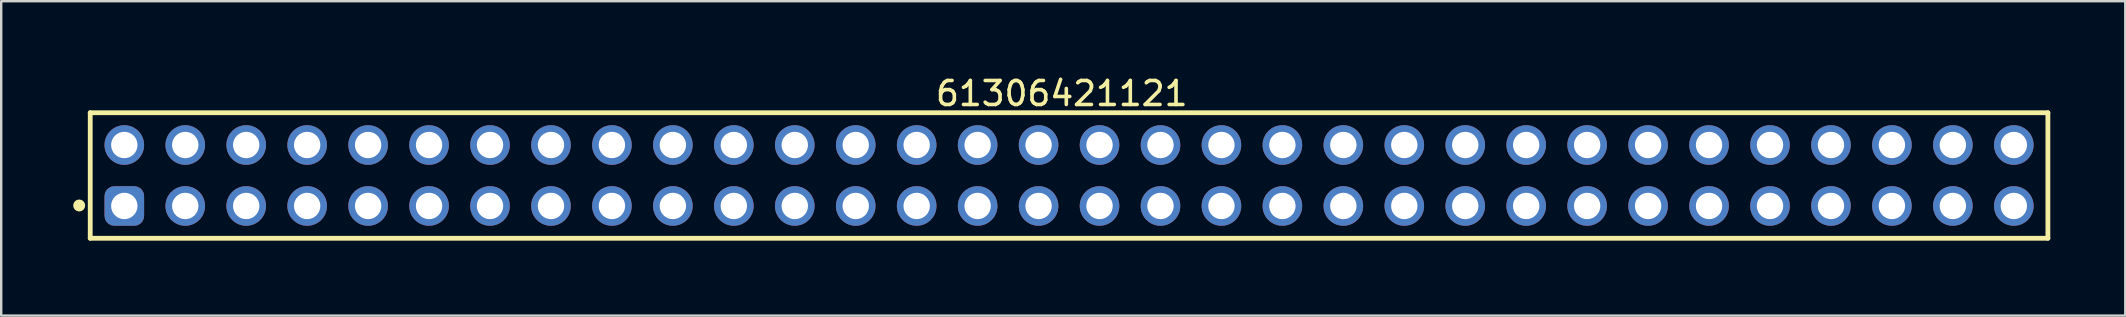
<source format=kicad_pcb>
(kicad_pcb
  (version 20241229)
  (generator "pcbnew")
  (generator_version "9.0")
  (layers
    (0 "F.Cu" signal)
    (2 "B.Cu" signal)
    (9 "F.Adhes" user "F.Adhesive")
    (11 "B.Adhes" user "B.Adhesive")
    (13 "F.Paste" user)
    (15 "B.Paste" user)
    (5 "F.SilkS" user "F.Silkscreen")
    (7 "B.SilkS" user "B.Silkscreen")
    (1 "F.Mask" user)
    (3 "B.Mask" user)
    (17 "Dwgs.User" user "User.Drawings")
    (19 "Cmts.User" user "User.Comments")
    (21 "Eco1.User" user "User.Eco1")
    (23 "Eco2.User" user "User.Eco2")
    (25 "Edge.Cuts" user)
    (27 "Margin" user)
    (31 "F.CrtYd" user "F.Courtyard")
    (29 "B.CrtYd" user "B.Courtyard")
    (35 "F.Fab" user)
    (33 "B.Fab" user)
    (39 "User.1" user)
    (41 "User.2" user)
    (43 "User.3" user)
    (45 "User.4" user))
  (footprint "61306421121"
    (layer "F.Cu")
    (at 41.5 4.263)
    (property "Reference" "61306421121" (at -0.305 -3.415 0) (layer "F.SilkS") (effects (font (size 1 1) (thickness 0.15))))
    (fp_line (start -40.79 -2.615) (end 40.79 -2.615) (stroke (width 0.2) (type solid)) (layer "F.SilkS"))
    (fp_line (start -40.79 2.615) (end -40.79 -2.615) (stroke (width 0.2) (type solid)) (layer "F.SilkS"))
    (fp_line (start -40.79 2.615) (end 40.79 2.615) (stroke (width 0.2) (type solid)) (layer "F.SilkS"))
    (fp_line (start 40.79 2.615) (end 40.79 -2.615) (stroke (width 0.2) (type solid)) (layer "F.SilkS"))
    (fp_circle (center -41.25 1.25) (end -41.25 1.125) (stroke (width 0.25) (type solid)) (fill no) (layer "F.SilkS"))
    (fp_line (start -40.99 -2.815) (end 40.99 -2.815) (stroke (width 0.05) (type solid)) (layer "Eco2.User"))
    (fp_line (start -40.99 2.815) (end -40.99 -2.815) (stroke (width 0.05) (type solid)) (layer "Eco2.User"))
    (fp_line (start -40.99 2.815) (end 40.99 2.815) (stroke (width 0.05) (type solid)) (layer "Eco2.User"))
    (fp_line (start -40.64 -2.54) (end 40.64 -2.54) (stroke (width 0.1) (type solid)) (layer "Eco2.User"))
    (fp_line (start -40.64 2.54) (end -40.64 -2.54) (stroke (width 0.1) (type solid)) (layer "Eco2.User"))
    (fp_line (start -40.64 2.54) (end 40.64 2.54) (stroke (width 0.1) (type solid)) (layer "Eco2.User"))
    (fp_line (start -0.5 0) (end 0.5 0) (stroke (width 0.05) (type solid)) (layer "Eco2.User"))
    (fp_line (start 0 0.5) (end 0 -0.5) (stroke (width 0.05) (type solid)) (layer "Eco2.User"))
    (fp_line (start 40.64 2.54) (end 40.64 -2.54) (stroke (width 0.1) (type solid)) (layer "Eco2.User"))
    (fp_line (start 40.99 2.815) (end 40.99 -2.815) (stroke (width 0.05) (type solid)) (layer "Eco2.User"))
    (fp_text user "${REFERENCE}" (at 0.15 -0.197 0) (unlocked yes) (layer "User.3") (effects (font (size 1.5 1.5) (thickness 0.15))))
    (pad "1" thru_hole roundrect (at -39.37 1.27) (size 1.65 1.65) (drill 1.1) (layers "*.Cu" "*.Mask") (roundrect_rratio 0.25))
    (pad "2" thru_hole circle (at -39.37 -1.27) (size 1.65 1.65) (drill 1.1) (layers "*.Cu" "*.Mask"))
    (pad "3" thru_hole circle (at -36.83 1.27) (size 1.65 1.65) (drill 1.1) (layers "*.Cu" "*.Mask"))
    (pad "4" thru_hole circle (at -36.83 -1.27) (size 1.65 1.65) (drill 1.1) (layers "*.Cu" "*.Mask"))
    (pad "5" thru_hole circle (at -34.29 1.27) (size 1.65 1.65) (drill 1.1) (layers "*.Cu" "*.Mask"))
    (pad "6" thru_hole circle (at -34.29 -1.27) (size 1.65 1.65) (drill 1.1) (layers "*.Cu" "*.Mask"))
    (pad "7" thru_hole circle (at -31.75 1.27) (size 1.65 1.65) (drill 1.1) (layers "*.Cu" "*.Mask"))
    (pad "8" thru_hole circle (at -31.75 -1.27) (size 1.65 1.65) (drill 1.1) (layers "*.Cu" "*.Mask"))
    (pad "9" thru_hole circle (at -29.21 1.27) (size 1.65 1.65) (drill 1.1) (layers "*.Cu" "*.Mask"))
    (pad "10" thru_hole circle (at -29.21 -1.27) (size 1.65 1.65) (drill 1.1) (layers "*.Cu" "*.Mask"))
    (pad "11" thru_hole circle (at -26.67 1.27) (size 1.65 1.65) (drill 1.1) (layers "*.Cu" "*.Mask"))
    (pad "12" thru_hole circle (at -26.67 -1.27) (size 1.65 1.65) (drill 1.1) (layers "*.Cu" "*.Mask"))
    (pad "13" thru_hole circle (at -24.13 1.27) (size 1.65 1.65) (drill 1.1) (layers "*.Cu" "*.Mask"))
    (pad "14" thru_hole circle (at -24.13 -1.27) (size 1.65 1.65) (drill 1.1) (layers "*.Cu" "*.Mask"))
    (pad "15" thru_hole circle (at -21.59 1.27) (size 1.65 1.65) (drill 1.1) (layers "*.Cu" "*.Mask"))
    (pad "16" thru_hole circle (at -21.59 -1.27) (size 1.65 1.65) (drill 1.1) (layers "*.Cu" "*.Mask"))
    (pad "17" thru_hole circle (at -19.05 1.27) (size 1.65 1.65) (drill 1.1) (layers "*.Cu" "*.Mask"))
    (pad "18" thru_hole circle (at -19.05 -1.27) (size 1.65 1.65) (drill 1.1) (layers "*.Cu" "*.Mask"))
    (pad "19" thru_hole circle (at -16.51 1.27) (size 1.65 1.65) (drill 1.1) (layers "*.Cu" "*.Mask"))
    (pad "20" thru_hole circle (at -16.51 -1.27) (size 1.65 1.65) (drill 1.1) (layers "*.Cu" "*.Mask"))
    (pad "21" thru_hole circle (at -13.97 1.27) (size 1.65 1.65) (drill 1.1) (layers "*.Cu" "*.Mask"))
    (pad "22" thru_hole circle (at -13.97 -1.27) (size 1.65 1.65) (drill 1.1) (layers "*.Cu" "*.Mask"))
    (pad "23" thru_hole circle (at -11.43 1.27) (size 1.65 1.65) (drill 1.1) (layers "*.Cu" "*.Mask"))
    (pad "24" thru_hole circle (at -11.43 -1.27) (size 1.65 1.65) (drill 1.1) (layers "*.Cu" "*.Mask"))
    (pad "25" thru_hole circle (at -8.89 1.27) (size 1.65 1.65) (drill 1.1) (layers "*.Cu" "*.Mask"))
    (pad "26" thru_hole circle (at -8.89 -1.27) (size 1.65 1.65) (drill 1.1) (layers "*.Cu" "*.Mask"))
    (pad "27" thru_hole circle (at -6.35 1.27) (size 1.65 1.65) (drill 1.1) (layers "*.Cu" "*.Mask"))
    (pad "28" thru_hole circle (at -6.35 -1.27) (size 1.65 1.65) (drill 1.1) (layers "*.Cu" "*.Mask"))
    (pad "29" thru_hole circle (at -3.81 1.27) (size 1.65 1.65) (drill 1.1) (layers "*.Cu" "*.Mask"))
    (pad "30" thru_hole circle (at -3.81 -1.27) (size 1.65 1.65) (drill 1.1) (layers "*.Cu" "*.Mask"))
    (pad "31" thru_hole circle (at -1.27 1.27) (size 1.65 1.65) (drill 1.1) (layers "*.Cu" "*.Mask"))
    (pad "32" thru_hole circle (at -1.27 -1.27) (size 1.65 1.65) (drill 1.1) (layers "*.Cu" "*.Mask"))
    (pad "33" thru_hole circle (at 1.27 1.27) (size 1.65 1.65) (drill 1.1) (layers "*.Cu" "*.Mask"))
    (pad "34" thru_hole circle (at 1.27 -1.27) (size 1.65 1.65) (drill 1.1) (layers "*.Cu" "*.Mask"))
    (pad "35" thru_hole circle (at 3.81 1.27) (size 1.65 1.65) (drill 1.1) (layers "*.Cu" "*.Mask"))
    (pad "36" thru_hole circle (at 3.81 -1.27) (size 1.65 1.65) (drill 1.1) (layers "*.Cu" "*.Mask"))
    (pad "37" thru_hole circle (at 6.35 1.27) (size 1.65 1.65) (drill 1.1) (layers "*.Cu" "*.Mask"))
    (pad "38" thru_hole circle (at 6.35 -1.27) (size 1.65 1.65) (drill 1.1) (layers "*.Cu" "*.Mask"))
    (pad "39" thru_hole circle (at 8.89 1.27) (size 1.65 1.65) (drill 1.1) (layers "*.Cu" "*.Mask"))
    (pad "40" thru_hole circle (at 8.89 -1.27) (size 1.65 1.65) (drill 1.1) (layers "*.Cu" "*.Mask"))
    (pad "41" thru_hole circle (at 11.43 1.27) (size 1.65 1.65) (drill 1.1) (layers "*.Cu" "*.Mask"))
    (pad "42" thru_hole circle (at 11.43 -1.27) (size 1.65 1.65) (drill 1.1) (layers "*.Cu" "*.Mask"))
    (pad "43" thru_hole circle (at 13.97 1.27) (size 1.65 1.65) (drill 1.1) (layers "*.Cu" "*.Mask"))
    (pad "44" thru_hole circle (at 13.97 -1.27) (size 1.65 1.65) (drill 1.1) (layers "*.Cu" "*.Mask"))
    (pad "45" thru_hole circle (at 16.51 1.27) (size 1.65 1.65) (drill 1.1) (layers "*.Cu" "*.Mask"))
    (pad "46" thru_hole circle (at 16.51 -1.27) (size 1.65 1.65) (drill 1.1) (layers "*.Cu" "*.Mask"))
    (pad "47" thru_hole circle (at 19.05 1.27) (size 1.65 1.65) (drill 1.1) (layers "*.Cu" "*.Mask"))
    (pad "48" thru_hole circle (at 19.05 -1.27) (size 1.65 1.65) (drill 1.1) (layers "*.Cu" "*.Mask"))
    (pad "49" thru_hole circle (at 21.59 1.27) (size 1.65 1.65) (drill 1.1) (layers "*.Cu" "*.Mask"))
    (pad "50" thru_hole circle (at 21.59 -1.27) (size 1.65 1.65) (drill 1.1) (layers "*.Cu" "*.Mask"))
    (pad "51" thru_hole circle (at 24.13 1.27) (size 1.65 1.65) (drill 1.1) (layers "*.Cu" "*.Mask"))
    (pad "52" thru_hole circle (at 24.13 -1.27) (size 1.65 1.65) (drill 1.1) (layers "*.Cu" "*.Mask"))
    (pad "53" thru_hole circle (at 26.67 1.27) (size 1.65 1.65) (drill 1.1) (layers "*.Cu" "*.Mask"))
    (pad "54" thru_hole circle (at 26.67 -1.27) (size 1.65 1.65) (drill 1.1) (layers "*.Cu" "*.Mask"))
    (pad "55" thru_hole circle (at 29.21 1.27) (size 1.65 1.65) (drill 1.1) (layers "*.Cu" "*.Mask"))
    (pad "56" thru_hole circle (at 29.21 -1.27) (size 1.65 1.65) (drill 1.1) (layers "*.Cu" "*.Mask"))
    (pad "57" thru_hole circle (at 31.75 1.27) (size 1.65 1.65) (drill 1.1) (layers "*.Cu" "*.Mask"))
    (pad "58" thru_hole circle (at 31.75 -1.27) (size 1.65 1.65) (drill 1.1) (layers "*.Cu" "*.Mask"))
    (pad "59" thru_hole circle (at 34.29 1.27) (size 1.65 1.65) (drill 1.1) (layers "*.Cu" "*.Mask"))
    (pad "60" thru_hole circle (at 34.29 -1.27) (size 1.65 1.65) (drill 1.1) (layers "*.Cu" "*.Mask"))
    (pad "61" thru_hole circle (at 36.83 1.27) (size 1.65 1.65) (drill 1.1) (layers "*.Cu" "*.Mask"))
    (pad "62" thru_hole circle (at 36.83 -1.27) (size 1.65 1.65) (drill 1.1) (layers "*.Cu" "*.Mask"))
    (pad "63" thru_hole circle (at 39.37 1.27) (size 1.65 1.65) (drill 1.1) (layers "*.Cu" "*.Mask"))
    (pad "64" thru_hole circle (at 39.37 -1.27) (size 1.65 1.65) (drill 1.1) (layers "*.Cu" "*.Mask")))
  (gr_rect
    (start -3 -3)
    (end 85.515 10.103)
    (stroke (width 0.1) (type default))
    (fill no)
    (layer "Edge.Cuts")))
</source>
